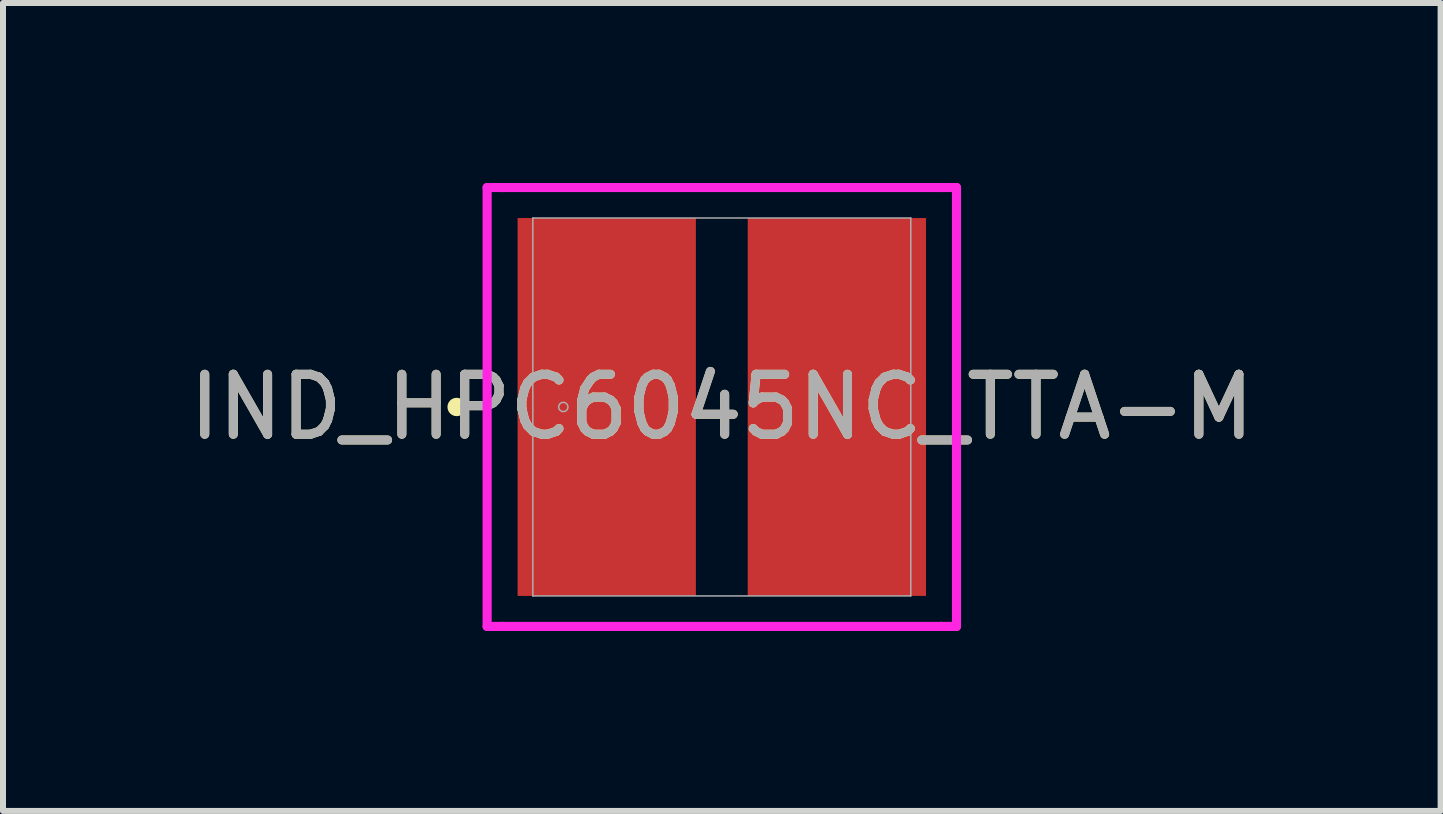
<source format=kicad_pcb>
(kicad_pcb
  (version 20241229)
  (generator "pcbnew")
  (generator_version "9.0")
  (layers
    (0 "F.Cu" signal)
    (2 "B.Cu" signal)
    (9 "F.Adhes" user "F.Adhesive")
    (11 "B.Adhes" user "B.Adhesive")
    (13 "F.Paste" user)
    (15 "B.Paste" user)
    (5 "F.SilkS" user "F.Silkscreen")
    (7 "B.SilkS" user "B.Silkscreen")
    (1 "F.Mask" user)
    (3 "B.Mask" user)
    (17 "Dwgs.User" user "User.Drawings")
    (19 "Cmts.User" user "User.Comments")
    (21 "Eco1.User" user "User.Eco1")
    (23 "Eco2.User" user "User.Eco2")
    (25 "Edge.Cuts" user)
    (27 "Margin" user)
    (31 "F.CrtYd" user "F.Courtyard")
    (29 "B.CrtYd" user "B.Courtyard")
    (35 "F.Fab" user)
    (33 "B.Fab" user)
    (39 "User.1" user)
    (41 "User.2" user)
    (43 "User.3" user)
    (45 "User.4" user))
  (footprint "IND_HPC6045NC_TTA-M"
    (layer "F.Cu")
    (at 8.982 3.734)
    (property "Reference" "IND_HPC6045NC_TTA-M" (at 0 0 0) (unlocked yes) (layer "F.SilkS") (effects (font (size 1 1) (thickness 0.15))))
    (attr smd)
    (fp_circle (center -4.42 0) (end -4.343 0) (stroke (width 0.152) (type solid)) (fill no) (layer "F.SilkS"))
    (fp_line (start -3.912 -3.658) (end -3.658 -3.658) (stroke (width 0.152) (type solid)) (layer "F.CrtYd"))
    (fp_line (start -3.912 3.658) (end -3.912 -3.658) (stroke (width 0.152) (type solid)) (layer "F.CrtYd"))
    (fp_line (start -3.658 -3.658) (end -3.658 -3.658) (stroke (width 0.152) (type solid)) (layer "F.CrtYd"))
    (fp_line (start -3.658 -3.658) (end 3.658 -3.658) (stroke (width 0.152) (type solid)) (layer "F.CrtYd"))
    (fp_line (start -3.658 3.658) (end -3.912 3.658) (stroke (width 0.152) (type solid)) (layer "F.CrtYd"))
    (fp_line (start -3.658 3.658) (end -3.658 3.658) (stroke (width 0.152) (type solid)) (layer "F.CrtYd"))
    (fp_line (start 3.658 -3.658) (end 3.658 -3.658) (stroke (width 0.152) (type solid)) (layer "F.CrtYd"))
    (fp_line (start 3.658 -3.658) (end 3.912 -3.658) (stroke (width 0.152) (type solid)) (layer "F.CrtYd"))
    (fp_line (start 3.658 3.658) (end -3.658 3.658) (stroke (width 0.152) (type solid)) (layer "F.CrtYd"))
    (fp_line (start 3.658 3.658) (end 3.658 3.658) (stroke (width 0.152) (type solid)) (layer "F.CrtYd"))
    (fp_line (start 3.912 -3.658) (end 3.912 3.658) (stroke (width 0.152) (type solid)) (layer "F.CrtYd"))
    (fp_line (start 3.912 3.658) (end 3.658 3.658) (stroke (width 0.152) (type solid)) (layer "F.CrtYd"))
    (fp_line (start -3.15 -3.15) (end -3.15 3.15) (stroke (width 0.025) (type solid)) (layer "F.Fab"))
    (fp_line (start -3.15 3.15) (end 3.15 3.15) (stroke (width 0.025) (type solid)) (layer "F.Fab"))
    (fp_line (start 3.15 -3.15) (end -3.15 -3.15) (stroke (width 0.025) (type solid)) (layer "F.Fab"))
    (fp_line (start 3.15 3.15) (end 3.15 -3.15) (stroke (width 0.025) (type solid)) (layer "F.Fab"))
    (fp_circle (center -2.642 0) (end -2.565 0) (stroke (width 0.025) (type solid)) (fill no) (layer "F.Fab"))
    (fp_text user "${REFERENCE}" (at 0 0 0) (unlocked yes) (layer "F.Fab") (effects (font (size 1 1) (thickness 0.15))))
    (pad "1" smd rect (at -1.918 0 90) (size 6.299 2.972) (layers "F.Cu" "F.Mask" "F.Paste"))
    (pad "2" smd rect (at 1.918 0 90) (size 6.299 2.972) (layers "F.Cu" "F.Mask" "F.Paste"))
    (zone (net_name "") (layer "F.Cu") (hatch full 0.508) (connect_pads) (min_thickness 0.254) (filled_areas_thickness no) (keepout (tracks not_allowed) (vias not_allowed) (pads allowed) (copperpour not_allowed) (footprints allowed)) (placement (enabled no)) (fill) (polygon (pts (xy 5.883 0.635) (xy 12.081 0.635) (xy 12.081 0.533) (xy 5.883 0.533))))
    (zone (net_name "") (layer "F.Cu") (hatch full 0.508) (connect_pads) (min_thickness 0.254) (filled_areas_thickness no) (keepout (tracks not_allowed) (vias not_allowed) (pads allowed) (copperpour not_allowed) (footprints allowed)) (placement (enabled no)) (fill) (polygon (pts (xy 5.883 6.934) (xy 12.081 6.934) (xy 12.081 6.833) (xy 5.883 6.833))))
    (zone (net_name "") (layer "F.Cu") (hatch full 0.508) (connect_pads) (min_thickness 0.254) (filled_areas_thickness no) (keepout (tracks not_allowed) (vias not_allowed) (pads allowed) (copperpour not_allowed) (footprints allowed)) (placement (enabled no)) (fill) (polygon (pts (xy 8.601 0.533) (xy 9.363 0.533) (xy 9.363 6.934) (xy 8.601 6.934)))))
  (gr_rect
    (start -3 -3)
    (end 20.964 10.468)
    (stroke (width 0.1) (type default))
    (fill no)
    (layer "Edge.Cuts")))
</source>
